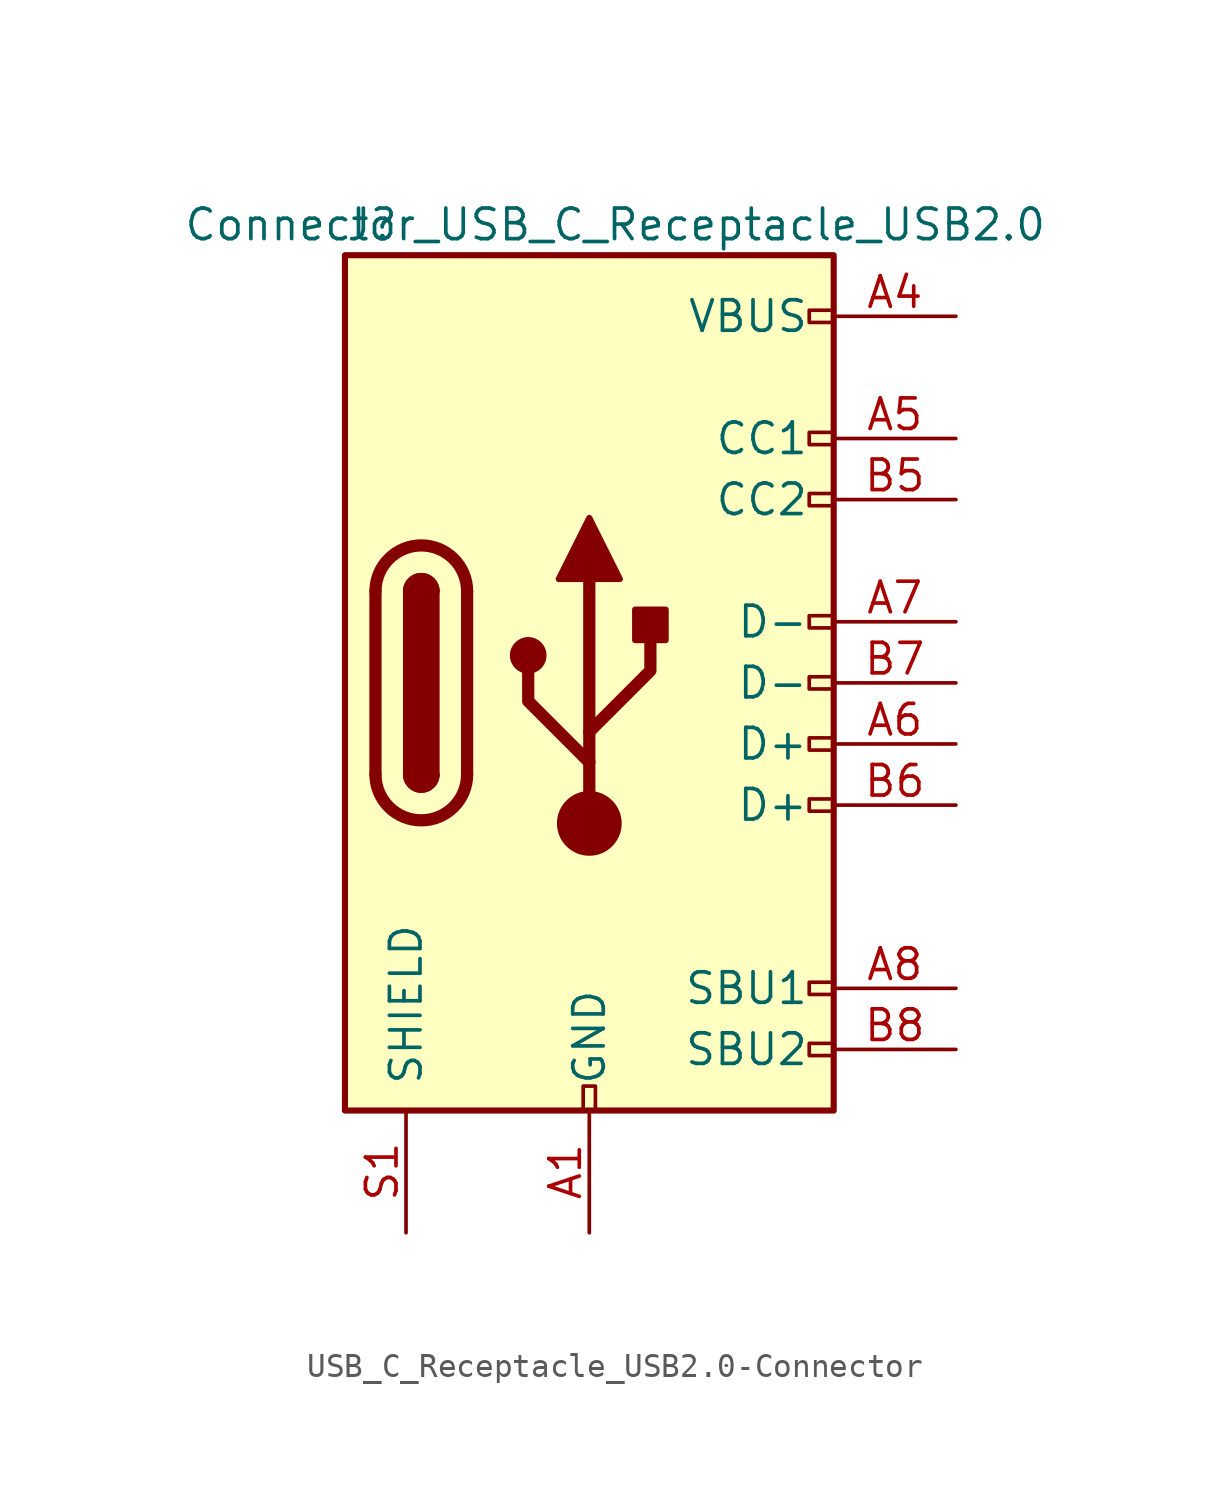
<source format=kicad_sym>
(kicad_symbol_lib
  (version 20220914)
  (generator kicad_symbol_editor)
  (symbol "USB_C_Receptacle_USB2.0-Connector"
    (pin_names
      (offset 1.016))
    (property "Reference" "J"
      (at -10.16 19.05 0)
      (effects (font (size 1.27 1.27)) (justify left)))
    (property "Value" "Connector_USB_C_Receptacle_USB2.0"
      (at 19.05 19.05 0)
      (effects (font (size 1.27 1.27)) (justify right)))
    (symbol "USB_C_Receptacle_USB2.0-Connector_0_0"
      (rectangle (start -0.254 -17.78) (end 0.254 -16.764) (stroke (width 0) (type solid)) (fill (type none)))
      (rectangle (start 10.16 -14.986) (end 9.144 -15.494) (stroke (width 0) (type solid)) (fill (type none)))
      (rectangle (start 10.16 -12.446) (end 9.144 -12.954) (stroke (width 0) (type solid)) (fill (type none)))
      (rectangle (start 10.16 -4.826) (end 9.144 -5.334) (stroke (width 0) (type solid)) (fill (type none)))
      (rectangle (start 10.16 -2.286) (end 9.144 -2.794) (stroke (width 0) (type solid)) (fill (type none)))
      (rectangle (start 10.16 0.254) (end 9.144 -0.254) (stroke (width 0) (type solid)) (fill (type none)))
      (rectangle (start 10.16 2.794) (end 9.144 2.286) (stroke (width 0) (type solid)) (fill (type none)))
      (rectangle (start 10.16 7.874) (end 9.144 7.366) (stroke (width 0) (type solid)) (fill (type none)))
      (rectangle (start 10.16 10.414) (end 9.144 9.906) (stroke (width 0) (type solid)) (fill (type none)))
      (rectangle (start 10.16 15.494) (end 9.144 14.986) (stroke (width 0) (type solid)) (fill (type none))))
    (symbol "USB_C_Receptacle_USB2.0-Connector_0_1"
      (rectangle (start -10.16 17.78) (end 10.16 -17.78) (stroke (width 0.254) (type solid)) (fill (type background)))
      (arc (start -8.89 -3.81) (mid -6.985 -5.715) (end -5.08 -3.81) (stroke (width 0.508) (type solid)) (fill (type none)))
      (arc (start -7.62 -3.81) (mid -6.985 -4.445) (end -6.35 -3.81) (stroke (width 0.254) (type solid)) (fill (type none)))
      (arc (start -7.62 -3.81) (mid -6.985 -4.445) (end -6.35 -3.81) (stroke (width 0.254) (type solid)) (fill (type outline)))
      (rectangle (start -7.62 -3.81) (end -6.35 3.81) (stroke (width 0.254) (type solid)) (fill (type outline)))
      (arc (start -6.35 3.81) (mid -6.985 4.445) (end -7.62 3.81) (stroke (width 0.254) (type solid)) (fill (type none)))
      (arc (start -6.35 3.81) (mid -6.985 4.445) (end -7.62 3.81) (stroke (width 0.254) (type solid)) (fill (type outline)))
      (arc (start -5.08 3.81) (mid -6.985 5.715) (end -8.89 3.81) (stroke (width 0.508) (type solid)) (fill (type none)))
      (circle (center -2.54 1.143) (radius 0.635) (stroke (width 0.254) (type solid)) (fill (type outline)))
      (circle (center 0 -5.842) (radius 1.27) (stroke (width 0) (type solid)) (fill (type outline)))
      (polyline (pts (xy -8.89 -3.81) (xy -8.89 3.81)) (stroke (width 0.508) (type solid)) (fill (type none)))
      (polyline (pts (xy -5.08 3.81) (xy -5.08 -3.81)) (stroke (width 0.508) (type solid)) (fill (type none)))
      (polyline (pts (xy 0 -5.842) (xy 0 4.318)) (stroke (width 0.508) (type solid)) (fill (type none)))
      (polyline (pts (xy 0 -3.302) (xy -2.54 -0.762) (xy -2.54 0.508)) (stroke (width 0.508) (type solid)) (fill (type none)))
      (polyline (pts (xy 0 -2.032) (xy 2.54 0.508) (xy 2.54 1.778)) (stroke (width 0.508) (type solid)) (fill (type none)))
      (polyline (pts (xy -1.27 4.318) (xy 0 6.858) (xy 1.27 4.318) (xy -1.27 4.318)) (stroke (width 0.254) (type solid)) (fill (type outline)))
      (rectangle (start 1.905 1.778) (end 3.175 3.048) (stroke (width 0.254) (type solid)) (fill (type outline))))
    (symbol "USB_C_Receptacle_USB2.0-Connector_1_1"
      (pin power_in line (at 0 -22.86 90) (length 5.08) (name "GND" (effects (font (size 1.27 1.27)))) (number "A1" (effects (font (size 1.27 1.27)))))
      (pin passive line (at 0 -22.86 90) (length 5.08) hide (name "GND" (effects (font (size 1.27 1.27)))) (number "A12" (effects (font (size 1.27 1.27)))))
      (pin power_in line (at 15.24 15.24 180) (length 5.08) (name "VBUS" (effects (font (size 1.27 1.27)))) (number "A4" (effects (font (size 1.27 1.27)))))
      (pin bidirectional line (at 15.24 10.16 180) (length 5.08) (name "CC1" (effects (font (size 1.27 1.27)))) (number "A5" (effects (font (size 1.27 1.27)))))
      (pin bidirectional line (at 15.24 -2.54 180) (length 5.08) (name "D+" (effects (font (size 1.27 1.27)))) (number "A6" (effects (font (size 1.27 1.27)))))
      (pin bidirectional line (at 15.24 2.54 180) (length 5.08) (name "D-" (effects (font (size 1.27 1.27)))) (number "A7" (effects (font (size 1.27 1.27)))))
      (pin bidirectional line (at 15.24 -12.7 180) (length 5.08) (name "SBU1" (effects (font (size 1.27 1.27)))) (number "A8" (effects (font (size 1.27 1.27)))))
      (pin passive line (at 15.24 15.24 180) (length 5.08) hide (name "VBUS" (effects (font (size 1.27 1.27)))) (number "A9" (effects (font (size 1.27 1.27)))))
      (pin passive line (at 0 -22.86 90) (length 5.08) hide (name "GND" (effects (font (size 1.27 1.27)))) (number "B1" (effects (font (size 1.27 1.27)))))
      (pin passive line (at 0 -22.86 90) (length 5.08) hide (name "GND" (effects (font (size 1.27 1.27)))) (number "B12" (effects (font (size 1.27 1.27)))))
      (pin passive line (at 15.24 15.24 180) (length 5.08) hide (name "VBUS" (effects (font (size 1.27 1.27)))) (number "B4" (effects (font (size 1.27 1.27)))))
      (pin bidirectional line (at 15.24 7.62 180) (length 5.08) (name "CC2" (effects (font (size 1.27 1.27)))) (number "B5" (effects (font (size 1.27 1.27)))))
      (pin bidirectional line (at 15.24 -5.08 180) (length 5.08) (name "D+" (effects (font (size 1.27 1.27)))) (number "B6" (effects (font (size 1.27 1.27)))))
      (pin bidirectional line (at 15.24 0 180) (length 5.08) (name "D-" (effects (font (size 1.27 1.27)))) (number "B7" (effects (font (size 1.27 1.27)))))
      (pin bidirectional line (at 15.24 -15.24 180) (length 5.08) (name "SBU2" (effects (font (size 1.27 1.27)))) (number "B8" (effects (font (size 1.27 1.27)))))
      (pin passive line (at 15.24 15.24 180) (length 5.08) hide (name "VBUS" (effects (font (size 1.27 1.27)))) (number "B9" (effects (font (size 1.27 1.27)))))
      (pin passive line (at -7.62 -22.86 90) (length 5.08) (name "SHIELD" (effects (font (size 1.27 1.27)))) (number "S1" (effects (font (size 1.27 1.27))))))))
</source>
